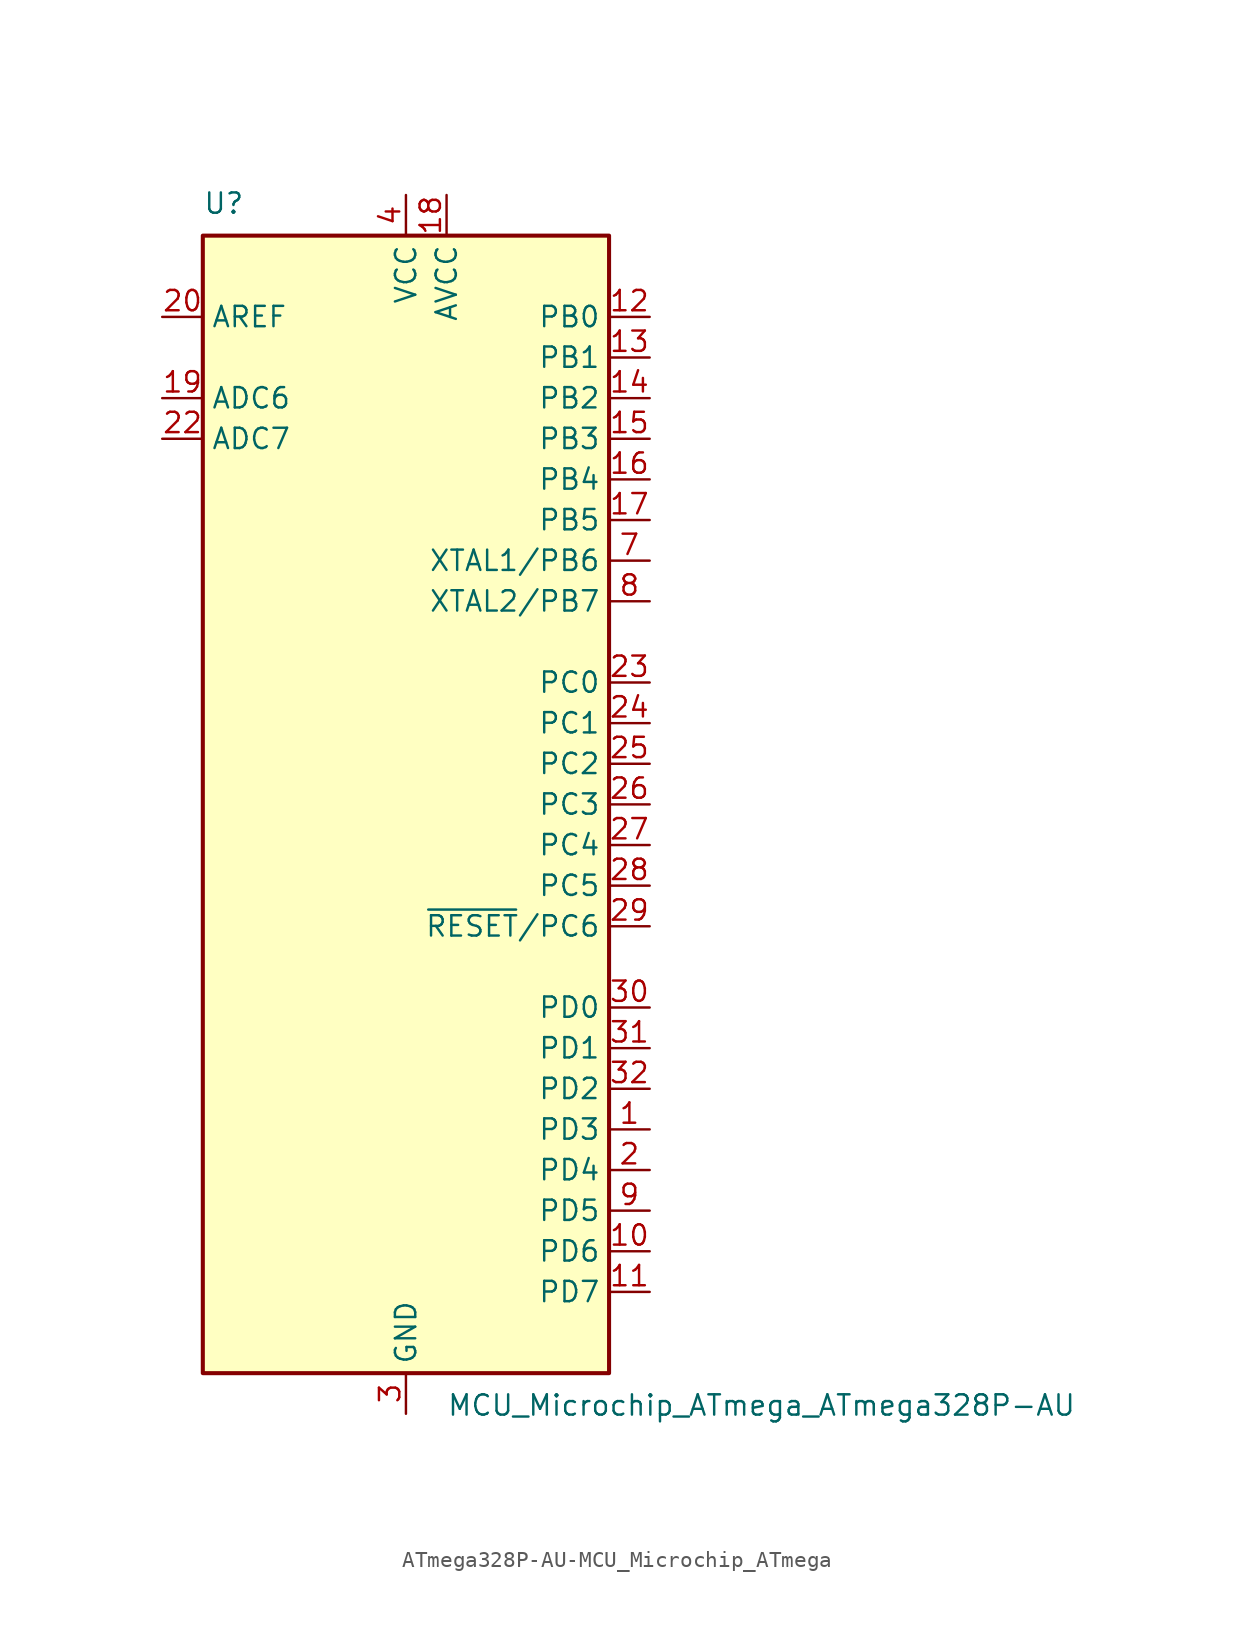
<source format=kicad_sym>
(kicad_symbol_lib
  (version 20231120)
  (generator "kicad_symbol_editor")
  (generator_version "8.0")
  (symbol "ATmega328P-AU-MCU_Microchip_ATmega"
    (property "Reference" "U"
      (at -12.7 36.83 0)
      (effects (font (size 1.27 1.27)) (justify left bottom)))
    (property "Value" "MCU_Microchip_ATmega_ATmega328P-AU"
      (at 2.54 -36.83 0)
      (effects (font (size 1.27 1.27)) (justify left top)))
    (symbol "ATmega328P-AU-MCU_Microchip_ATmega_0_1"
      (rectangle (start -12.7 -35.56) (end 12.7 35.56) (stroke (width 0.254) (type solid)) (fill (type background))))
    (symbol "ATmega328P-AU-MCU_Microchip_ATmega_1_1"
      (pin tri_state line (at 15.24 -20.32 180) (length 2.54) (name "PD3" (effects (font (size 1.27 1.27)))) (number "1" (effects (font (size 1.27 1.27)))))
      (pin tri_state line (at 15.24 -27.94 180) (length 2.54) (name "PD6" (effects (font (size 1.27 1.27)))) (number "10" (effects (font (size 1.27 1.27)))))
      (pin tri_state line (at 15.24 -30.48 180) (length 2.54) (name "PD7" (effects (font (size 1.27 1.27)))) (number "11" (effects (font (size 1.27 1.27)))))
      (pin tri_state line (at 15.24 30.48 180) (length 2.54) (name "PB0" (effects (font (size 1.27 1.27)))) (number "12" (effects (font (size 1.27 1.27)))))
      (pin tri_state line (at 15.24 27.94 180) (length 2.54) (name "PB1" (effects (font (size 1.27 1.27)))) (number "13" (effects (font (size 1.27 1.27)))))
      (pin tri_state line (at 15.24 25.4 180) (length 2.54) (name "PB2" (effects (font (size 1.27 1.27)))) (number "14" (effects (font (size 1.27 1.27)))))
      (pin tri_state line (at 15.24 22.86 180) (length 2.54) (name "PB3" (effects (font (size 1.27 1.27)))) (number "15" (effects (font (size 1.27 1.27)))))
      (pin tri_state line (at 15.24 20.32 180) (length 2.54) (name "PB4" (effects (font (size 1.27 1.27)))) (number "16" (effects (font (size 1.27 1.27)))))
      (pin tri_state line (at 15.24 17.78 180) (length 2.54) (name "PB5" (effects (font (size 1.27 1.27)))) (number "17" (effects (font (size 1.27 1.27)))))
      (pin power_in line (at 2.54 38.1 270) (length 2.54) (name "AVCC" (effects (font (size 1.27 1.27)))) (number "18" (effects (font (size 1.27 1.27)))))
      (pin input line (at -15.24 25.4 0) (length 2.54) (name "ADC6" (effects (font (size 1.27 1.27)))) (number "19" (effects (font (size 1.27 1.27)))))
      (pin tri_state line (at 15.24 -22.86 180) (length 2.54) (name "PD4" (effects (font (size 1.27 1.27)))) (number "2" (effects (font (size 1.27 1.27)))))
      (pin passive line (at -15.24 30.48 0) (length 2.54) (name "AREF" (effects (font (size 1.27 1.27)))) (number "20" (effects (font (size 1.27 1.27)))))
      (pin passive line (at 0 -38.1 90) (length 2.54) hide (name "GND" (effects (font (size 1.27 1.27)))) (number "21" (effects (font (size 1.27 1.27)))))
      (pin input line (at -15.24 22.86 0) (length 2.54) (name "ADC7" (effects (font (size 1.27 1.27)))) (number "22" (effects (font (size 1.27 1.27)))))
      (pin tri_state line (at 15.24 7.62 180) (length 2.54) (name "PC0" (effects (font (size 1.27 1.27)))) (number "23" (effects (font (size 1.27 1.27)))))
      (pin tri_state line (at 15.24 5.08 180) (length 2.54) (name "PC1" (effects (font (size 1.27 1.27)))) (number "24" (effects (font (size 1.27 1.27)))))
      (pin tri_state line (at 15.24 2.54 180) (length 2.54) (name "PC2" (effects (font (size 1.27 1.27)))) (number "25" (effects (font (size 1.27 1.27)))))
      (pin tri_state line (at 15.24 0 180) (length 2.54) (name "PC3" (effects (font (size 1.27 1.27)))) (number "26" (effects (font (size 1.27 1.27)))))
      (pin tri_state line (at 15.24 -2.54 180) (length 2.54) (name "PC4" (effects (font (size 1.27 1.27)))) (number "27" (effects (font (size 1.27 1.27)))))
      (pin tri_state line (at 15.24 -5.08 180) (length 2.54) (name "PC5" (effects (font (size 1.27 1.27)))) (number "28" (effects (font (size 1.27 1.27)))))
      (pin tri_state line (at 15.24 -7.62 180) (length 2.54) (name "~{RESET}/PC6" (effects (font (size 1.27 1.27)))) (number "29" (effects (font (size 1.27 1.27)))))
      (pin power_in line (at 0 -38.1 90) (length 2.54) (name "GND" (effects (font (size 1.27 1.27)))) (number "3" (effects (font (size 1.27 1.27)))))
      (pin tri_state line (at 15.24 -12.7 180) (length 2.54) (name "PD0" (effects (font (size 1.27 1.27)))) (number "30" (effects (font (size 1.27 1.27)))))
      (pin tri_state line (at 15.24 -15.24 180) (length 2.54) (name "PD1" (effects (font (size 1.27 1.27)))) (number "31" (effects (font (size 1.27 1.27)))))
      (pin tri_state line (at 15.24 -17.78 180) (length 2.54) (name "PD2" (effects (font (size 1.27 1.27)))) (number "32" (effects (font (size 1.27 1.27)))))
      (pin power_in line (at 0 38.1 270) (length 2.54) (name "VCC" (effects (font (size 1.27 1.27)))) (number "4" (effects (font (size 1.27 1.27)))))
      (pin passive line (at 0 -38.1 90) (length 2.54) hide (name "GND" (effects (font (size 1.27 1.27)))) (number "5" (effects (font (size 1.27 1.27)))))
      (pin passive line (at 0 38.1 270) (length 2.54) hide (name "VCC" (effects (font (size 1.27 1.27)))) (number "6" (effects (font (size 1.27 1.27)))))
      (pin tri_state line (at 15.24 15.24 180) (length 2.54) (name "XTAL1/PB6" (effects (font (size 1.27 1.27)))) (number "7" (effects (font (size 1.27 1.27)))))
      (pin tri_state line (at 15.24 12.7 180) (length 2.54) (name "XTAL2/PB7" (effects (font (size 1.27 1.27)))) (number "8" (effects (font (size 1.27 1.27)))))
      (pin tri_state line (at 15.24 -25.4 180) (length 2.54) (name "PD5" (effects (font (size 1.27 1.27)))) (number "9" (effects (font (size 1.27 1.27))))))))
</source>
